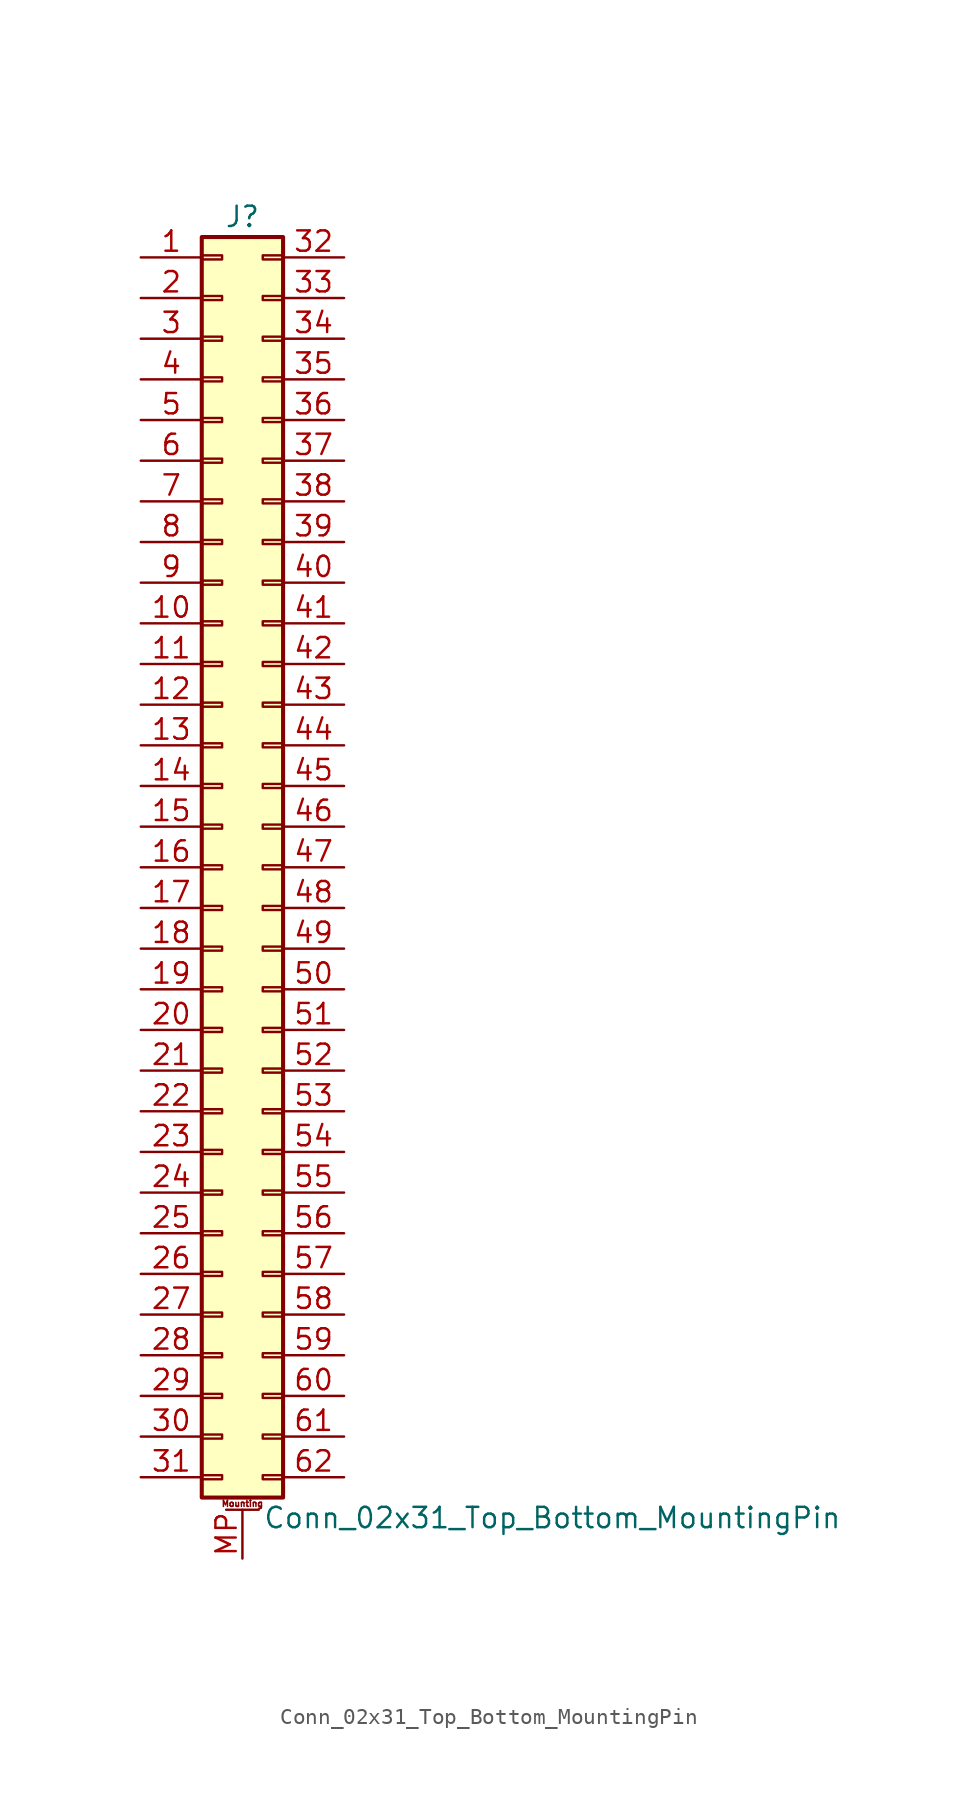
<source format=kicad_sym>
(kicad_symbol_lib
  (version 20201005)
  (generator kicad_symbol_editor)
  (symbol "Conn_02x31_Top_Bottom_MountingPin"
    (pin_names
      (offset 1.016) hide)
    (property "Reference" "J"
      (at 1.27 40.64 0)
      (effects (font (size 1.27 1.27))))
    (property "Value" "Conn_02x31_Top_Bottom_MountingPin"
      (at 2.54 -40.64 0)
      (effects (font (size 1.27 1.27)) (justify left)))
    (symbol "Conn_02x31_Top_Bottom_MountingPin_1_1"
      (text "Mounting" (at 1.27 -39.751 0) (effects (font (size 0.381 0.381))))
      (rectangle (start -1.27 -37.973) (end 0 -38.227) (stroke (width 0.152)) (fill (type none)))
      (rectangle (start -1.27 -35.433) (end 0 -35.687) (stroke (width 0.152)) (fill (type none)))
      (rectangle (start -1.27 -32.893) (end 0 -33.147) (stroke (width 0.152)) (fill (type none)))
      (rectangle (start -1.27 -30.353) (end 0 -30.607) (stroke (width 0.152)) (fill (type none)))
      (rectangle (start -1.27 -27.813) (end 0 -28.067) (stroke (width 0.152)) (fill (type none)))
      (rectangle (start -1.27 -25.273) (end 0 -25.527) (stroke (width 0.152)) (fill (type none)))
      (rectangle (start -1.27 -22.733) (end 0 -22.987) (stroke (width 0.152)) (fill (type none)))
      (rectangle (start -1.27 -20.193) (end 0 -20.447) (stroke (width 0.152)) (fill (type none)))
      (rectangle (start -1.27 -17.653) (end 0 -17.907) (stroke (width 0.152)) (fill (type none)))
      (rectangle (start -1.27 -15.113) (end 0 -15.367) (stroke (width 0.152)) (fill (type none)))
      (rectangle (start -1.27 -12.573) (end 0 -12.827) (stroke (width 0.152)) (fill (type none)))
      (rectangle (start -1.27 -10.033) (end 0 -10.287) (stroke (width 0.152)) (fill (type none)))
      (rectangle (start -1.27 -7.493) (end 0 -7.747) (stroke (width 0.152)) (fill (type none)))
      (rectangle (start -1.27 -4.953) (end 0 -5.207) (stroke (width 0.152)) (fill (type none)))
      (rectangle (start -1.27 -2.413) (end 0 -2.667) (stroke (width 0.152)) (fill (type none)))
      (rectangle (start -1.27 0.127) (end 0 -0.127) (stroke (width 0.152)) (fill (type none)))
      (rectangle (start -1.27 2.667) (end 0 2.413) (stroke (width 0.152)) (fill (type none)))
      (rectangle (start -1.27 5.207) (end 0 4.953) (stroke (width 0.152)) (fill (type none)))
      (rectangle (start -1.27 7.747) (end 0 7.493) (stroke (width 0.152)) (fill (type none)))
      (rectangle (start -1.27 10.287) (end 0 10.033) (stroke (width 0.152)) (fill (type none)))
      (rectangle (start -1.27 12.827) (end 0 12.573) (stroke (width 0.152)) (fill (type none)))
      (rectangle (start -1.27 15.367) (end 0 15.113) (stroke (width 0.152)) (fill (type none)))
      (rectangle (start -1.27 17.907) (end 0 17.653) (stroke (width 0.152)) (fill (type none)))
      (rectangle (start -1.27 20.447) (end 0 20.193) (stroke (width 0.152)) (fill (type none)))
      (rectangle (start -1.27 22.987) (end 0 22.733) (stroke (width 0.152)) (fill (type none)))
      (rectangle (start -1.27 25.527) (end 0 25.273) (stroke (width 0.152)) (fill (type none)))
      (rectangle (start -1.27 28.067) (end 0 27.813) (stroke (width 0.152)) (fill (type none)))
      (rectangle (start -1.27 30.607) (end 0 30.353) (stroke (width 0.152)) (fill (type none)))
      (rectangle (start -1.27 33.147) (end 0 32.893) (stroke (width 0.152)) (fill (type none)))
      (rectangle (start -1.27 35.687) (end 0 35.433) (stroke (width 0.152)) (fill (type none)))
      (rectangle (start -1.27 38.227) (end 0 37.973) (stroke (width 0.152)) (fill (type none)))
      (rectangle (start -1.27 39.37) (end 3.81 -39.37) (stroke (width 0.254)) (fill (type background)))
      (rectangle (start 3.81 -37.973) (end 2.54 -38.227) (stroke (width 0.152)) (fill (type none)))
      (rectangle (start 3.81 -35.433) (end 2.54 -35.687) (stroke (width 0.152)) (fill (type none)))
      (rectangle (start 3.81 -32.893) (end 2.54 -33.147) (stroke (width 0.152)) (fill (type none)))
      (rectangle (start 3.81 -30.353) (end 2.54 -30.607) (stroke (width 0.152)) (fill (type none)))
      (rectangle (start 3.81 -27.813) (end 2.54 -28.067) (stroke (width 0.152)) (fill (type none)))
      (rectangle (start 3.81 -25.273) (end 2.54 -25.527) (stroke (width 0.152)) (fill (type none)))
      (rectangle (start 3.81 -22.733) (end 2.54 -22.987) (stroke (width 0.152)) (fill (type none)))
      (rectangle (start 3.81 -20.193) (end 2.54 -20.447) (stroke (width 0.152)) (fill (type none)))
      (rectangle (start 3.81 -17.653) (end 2.54 -17.907) (stroke (width 0.152)) (fill (type none)))
      (rectangle (start 3.81 -15.113) (end 2.54 -15.367) (stroke (width 0.152)) (fill (type none)))
      (rectangle (start 3.81 -12.573) (end 2.54 -12.827) (stroke (width 0.152)) (fill (type none)))
      (rectangle (start 3.81 -10.033) (end 2.54 -10.287) (stroke (width 0.152)) (fill (type none)))
      (rectangle (start 3.81 -7.493) (end 2.54 -7.747) (stroke (width 0.152)) (fill (type none)))
      (rectangle (start 3.81 -4.953) (end 2.54 -5.207) (stroke (width 0.152)) (fill (type none)))
      (rectangle (start 3.81 -2.413) (end 2.54 -2.667) (stroke (width 0.152)) (fill (type none)))
      (rectangle (start 3.81 0.127) (end 2.54 -0.127) (stroke (width 0.152)) (fill (type none)))
      (rectangle (start 3.81 2.667) (end 2.54 2.413) (stroke (width 0.152)) (fill (type none)))
      (rectangle (start 3.81 5.207) (end 2.54 4.953) (stroke (width 0.152)) (fill (type none)))
      (rectangle (start 3.81 7.747) (end 2.54 7.493) (stroke (width 0.152)) (fill (type none)))
      (rectangle (start 3.81 10.287) (end 2.54 10.033) (stroke (width 0.152)) (fill (type none)))
      (rectangle (start 3.81 12.827) (end 2.54 12.573) (stroke (width 0.152)) (fill (type none)))
      (rectangle (start 3.81 15.367) (end 2.54 15.113) (stroke (width 0.152)) (fill (type none)))
      (rectangle (start 3.81 17.907) (end 2.54 17.653) (stroke (width 0.152)) (fill (type none)))
      (rectangle (start 3.81 20.447) (end 2.54 20.193) (stroke (width 0.152)) (fill (type none)))
      (rectangle (start 3.81 22.987) (end 2.54 22.733) (stroke (width 0.152)) (fill (type none)))
      (rectangle (start 3.81 25.527) (end 2.54 25.273) (stroke (width 0.152)) (fill (type none)))
      (rectangle (start 3.81 28.067) (end 2.54 27.813) (stroke (width 0.152)) (fill (type none)))
      (rectangle (start 3.81 30.607) (end 2.54 30.353) (stroke (width 0.152)) (fill (type none)))
      (rectangle (start 3.81 33.147) (end 2.54 32.893) (stroke (width 0.152)) (fill (type none)))
      (rectangle (start 3.81 35.687) (end 2.54 35.433) (stroke (width 0.152)) (fill (type none)))
      (rectangle (start 3.81 38.227) (end 2.54 37.973) (stroke (width 0.152)) (fill (type none)))
      (polyline (pts (xy 0.254 -40.132) (xy 2.286 -40.132)) (stroke (width 0.152)) (fill (type none)))
      (pin passive line (at -5.08 38.1 0) (length 3.81) (name "Pin_1" (effects (font (size 1.27 1.27)))) (number "1" (effects (font (size 1.27 1.27)))))
      (pin passive line (at -5.08 15.24 0) (length 3.81) (name "Pin_10" (effects (font (size 1.27 1.27)))) (number "10" (effects (font (size 1.27 1.27)))))
      (pin passive line (at -5.08 12.7 0) (length 3.81) (name "Pin_11" (effects (font (size 1.27 1.27)))) (number "11" (effects (font (size 1.27 1.27)))))
      (pin passive line (at -5.08 10.16 0) (length 3.81) (name "Pin_12" (effects (font (size 1.27 1.27)))) (number "12" (effects (font (size 1.27 1.27)))))
      (pin passive line (at -5.08 7.62 0) (length 3.81) (name "Pin_13" (effects (font (size 1.27 1.27)))) (number "13" (effects (font (size 1.27 1.27)))))
      (pin passive line (at -5.08 5.08 0) (length 3.81) (name "Pin_14" (effects (font (size 1.27 1.27)))) (number "14" (effects (font (size 1.27 1.27)))))
      (pin passive line (at -5.08 2.54 0) (length 3.81) (name "Pin_15" (effects (font (size 1.27 1.27)))) (number "15" (effects (font (size 1.27 1.27)))))
      (pin passive line (at -5.08 0 0) (length 3.81) (name "Pin_16" (effects (font (size 1.27 1.27)))) (number "16" (effects (font (size 1.27 1.27)))))
      (pin passive line (at -5.08 -2.54 0) (length 3.81) (name "Pin_17" (effects (font (size 1.27 1.27)))) (number "17" (effects (font (size 1.27 1.27)))))
      (pin passive line (at -5.08 -5.08 0) (length 3.81) (name "Pin_18" (effects (font (size 1.27 1.27)))) (number "18" (effects (font (size 1.27 1.27)))))
      (pin passive line (at -5.08 -7.62 0) (length 3.81) (name "Pin_19" (effects (font (size 1.27 1.27)))) (number "19" (effects (font (size 1.27 1.27)))))
      (pin passive line (at -5.08 35.56 0) (length 3.81) (name "Pin_2" (effects (font (size 1.27 1.27)))) (number "2" (effects (font (size 1.27 1.27)))))
      (pin passive line (at -5.08 -10.16 0) (length 3.81) (name "Pin_20" (effects (font (size 1.27 1.27)))) (number "20" (effects (font (size 1.27 1.27)))))
      (pin passive line (at -5.08 -12.7 0) (length 3.81) (name "Pin_21" (effects (font (size 1.27 1.27)))) (number "21" (effects (font (size 1.27 1.27)))))
      (pin passive line (at -5.08 -15.24 0) (length 3.81) (name "Pin_22" (effects (font (size 1.27 1.27)))) (number "22" (effects (font (size 1.27 1.27)))))
      (pin passive line (at -5.08 -17.78 0) (length 3.81) (name "Pin_23" (effects (font (size 1.27 1.27)))) (number "23" (effects (font (size 1.27 1.27)))))
      (pin passive line (at -5.08 -20.32 0) (length 3.81) (name "Pin_24" (effects (font (size 1.27 1.27)))) (number "24" (effects (font (size 1.27 1.27)))))
      (pin passive line (at -5.08 -22.86 0) (length 3.81) (name "Pin_25" (effects (font (size 1.27 1.27)))) (number "25" (effects (font (size 1.27 1.27)))))
      (pin passive line (at -5.08 -25.4 0) (length 3.81) (name "Pin_26" (effects (font (size 1.27 1.27)))) (number "26" (effects (font (size 1.27 1.27)))))
      (pin passive line (at -5.08 -27.94 0) (length 3.81) (name "Pin_27" (effects (font (size 1.27 1.27)))) (number "27" (effects (font (size 1.27 1.27)))))
      (pin passive line (at -5.08 -30.48 0) (length 3.81) (name "Pin_28" (effects (font (size 1.27 1.27)))) (number "28" (effects (font (size 1.27 1.27)))))
      (pin passive line (at -5.08 -33.02 0) (length 3.81) (name "Pin_29" (effects (font (size 1.27 1.27)))) (number "29" (effects (font (size 1.27 1.27)))))
      (pin passive line (at -5.08 33.02 0) (length 3.81) (name "Pin_3" (effects (font (size 1.27 1.27)))) (number "3" (effects (font (size 1.27 1.27)))))
      (pin passive line (at -5.08 -35.56 0) (length 3.81) (name "Pin_30" (effects (font (size 1.27 1.27)))) (number "30" (effects (font (size 1.27 1.27)))))
      (pin passive line (at -5.08 -38.1 0) (length 3.81) (name "Pin_31" (effects (font (size 1.27 1.27)))) (number "31" (effects (font (size 1.27 1.27)))))
      (pin passive line (at 7.62 38.1 180) (length 3.81) (name "Pin_32" (effects (font (size 1.27 1.27)))) (number "32" (effects (font (size 1.27 1.27)))))
      (pin passive line (at 7.62 35.56 180) (length 3.81) (name "Pin_33" (effects (font (size 1.27 1.27)))) (number "33" (effects (font (size 1.27 1.27)))))
      (pin passive line (at 7.62 33.02 180) (length 3.81) (name "Pin_34" (effects (font (size 1.27 1.27)))) (number "34" (effects (font (size 1.27 1.27)))))
      (pin passive line (at 7.62 30.48 180) (length 3.81) (name "Pin_35" (effects (font (size 1.27 1.27)))) (number "35" (effects (font (size 1.27 1.27)))))
      (pin passive line (at 7.62 27.94 180) (length 3.81) (name "Pin_36" (effects (font (size 1.27 1.27)))) (number "36" (effects (font (size 1.27 1.27)))))
      (pin passive line (at 7.62 25.4 180) (length 3.81) (name "Pin_37" (effects (font (size 1.27 1.27)))) (number "37" (effects (font (size 1.27 1.27)))))
      (pin passive line (at 7.62 22.86 180) (length 3.81) (name "Pin_38" (effects (font (size 1.27 1.27)))) (number "38" (effects (font (size 1.27 1.27)))))
      (pin passive line (at 7.62 20.32 180) (length 3.81) (name "Pin_39" (effects (font (size 1.27 1.27)))) (number "39" (effects (font (size 1.27 1.27)))))
      (pin passive line (at -5.08 30.48 0) (length 3.81) (name "Pin_4" (effects (font (size 1.27 1.27)))) (number "4" (effects (font (size 1.27 1.27)))))
      (pin passive line (at 7.62 17.78 180) (length 3.81) (name "Pin_40" (effects (font (size 1.27 1.27)))) (number "40" (effects (font (size 1.27 1.27)))))
      (pin passive line (at 7.62 15.24 180) (length 3.81) (name "Pin_41" (effects (font (size 1.27 1.27)))) (number "41" (effects (font (size 1.27 1.27)))))
      (pin passive line (at 7.62 12.7 180) (length 3.81) (name "Pin_42" (effects (font (size 1.27 1.27)))) (number "42" (effects (font (size 1.27 1.27)))))
      (pin passive line (at 7.62 10.16 180) (length 3.81) (name "Pin_43" (effects (font (size 1.27 1.27)))) (number "43" (effects (font (size 1.27 1.27)))))
      (pin passive line (at 7.62 7.62 180) (length 3.81) (name "Pin_44" (effects (font (size 1.27 1.27)))) (number "44" (effects (font (size 1.27 1.27)))))
      (pin passive line (at 7.62 5.08 180) (length 3.81) (name "Pin_45" (effects (font (size 1.27 1.27)))) (number "45" (effects (font (size 1.27 1.27)))))
      (pin passive line (at 7.62 2.54 180) (length 3.81) (name "Pin_46" (effects (font (size 1.27 1.27)))) (number "46" (effects (font (size 1.27 1.27)))))
      (pin passive line (at 7.62 0 180) (length 3.81) (name "Pin_47" (effects (font (size 1.27 1.27)))) (number "47" (effects (font (size 1.27 1.27)))))
      (pin passive line (at 7.62 -2.54 180) (length 3.81) (name "Pin_48" (effects (font (size 1.27 1.27)))) (number "48" (effects (font (size 1.27 1.27)))))
      (pin passive line (at 7.62 -5.08 180) (length 3.81) (name "Pin_49" (effects (font (size 1.27 1.27)))) (number "49" (effects (font (size 1.27 1.27)))))
      (pin passive line (at -5.08 27.94 0) (length 3.81) (name "Pin_5" (effects (font (size 1.27 1.27)))) (number "5" (effects (font (size 1.27 1.27)))))
      (pin passive line (at 7.62 -7.62 180) (length 3.81) (name "Pin_50" (effects (font (size 1.27 1.27)))) (number "50" (effects (font (size 1.27 1.27)))))
      (pin passive line (at 7.62 -10.16 180) (length 3.81) (name "Pin_51" (effects (font (size 1.27 1.27)))) (number "51" (effects (font (size 1.27 1.27)))))
      (pin passive line (at 7.62 -12.7 180) (length 3.81) (name "Pin_52" (effects (font (size 1.27 1.27)))) (number "52" (effects (font (size 1.27 1.27)))))
      (pin passive line (at 7.62 -15.24 180) (length 3.81) (name "Pin_53" (effects (font (size 1.27 1.27)))) (number "53" (effects (font (size 1.27 1.27)))))
      (pin passive line (at 7.62 -17.78 180) (length 3.81) (name "Pin_54" (effects (font (size 1.27 1.27)))) (number "54" (effects (font (size 1.27 1.27)))))
      (pin passive line (at 7.62 -20.32 180) (length 3.81) (name "Pin_55" (effects (font (size 1.27 1.27)))) (number "55" (effects (font (size 1.27 1.27)))))
      (pin passive line (at 7.62 -22.86 180) (length 3.81) (name "Pin_56" (effects (font (size 1.27 1.27)))) (number "56" (effects (font (size 1.27 1.27)))))
      (pin passive line (at 7.62 -25.4 180) (length 3.81) (name "Pin_57" (effects (font (size 1.27 1.27)))) (number "57" (effects (font (size 1.27 1.27)))))
      (pin passive line (at 7.62 -27.94 180) (length 3.81) (name "Pin_58" (effects (font (size 1.27 1.27)))) (number "58" (effects (font (size 1.27 1.27)))))
      (pin passive line (at 7.62 -30.48 180) (length 3.81) (name "Pin_59" (effects (font (size 1.27 1.27)))) (number "59" (effects (font (size 1.27 1.27)))))
      (pin passive line (at -5.08 25.4 0) (length 3.81) (name "Pin_6" (effects (font (size 1.27 1.27)))) (number "6" (effects (font (size 1.27 1.27)))))
      (pin passive line (at 7.62 -33.02 180) (length 3.81) (name "Pin_60" (effects (font (size 1.27 1.27)))) (number "60" (effects (font (size 1.27 1.27)))))
      (pin passive line (at 7.62 -35.56 180) (length 3.81) (name "Pin_61" (effects (font (size 1.27 1.27)))) (number "61" (effects (font (size 1.27 1.27)))))
      (pin passive line (at 7.62 -38.1 180) (length 3.81) (name "Pin_62" (effects (font (size 1.27 1.27)))) (number "62" (effects (font (size 1.27 1.27)))))
      (pin passive line (at -5.08 22.86 0) (length 3.81) (name "Pin_7" (effects (font (size 1.27 1.27)))) (number "7" (effects (font (size 1.27 1.27)))))
      (pin passive line (at -5.08 20.32 0) (length 3.81) (name "Pin_8" (effects (font (size 1.27 1.27)))) (number "8" (effects (font (size 1.27 1.27)))))
      (pin passive line (at -5.08 17.78 0) (length 3.81) (name "Pin_9" (effects (font (size 1.27 1.27)))) (number "9" (effects (font (size 1.27 1.27)))))
      (pin passive line (at 1.27 -43.18 90) (length 3.048) (name "MountPin" (effects (font (size 1.27 1.27)))) (number "MP" (effects (font (size 1.27 1.27))))))))
</source>
